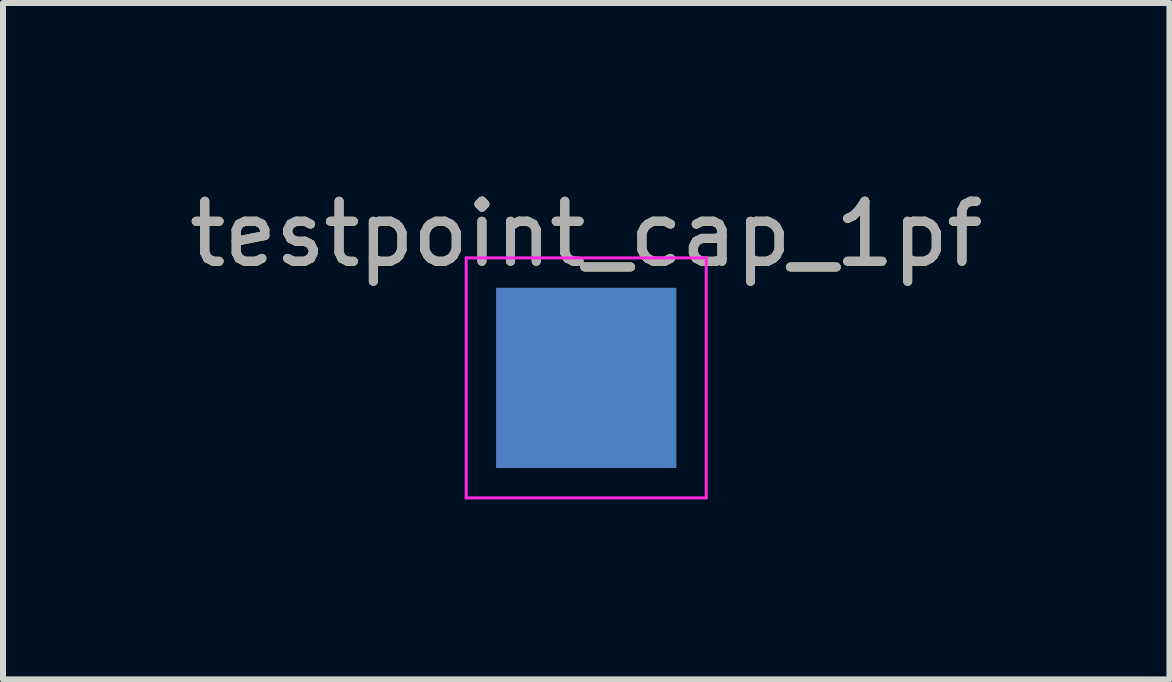
<source format=kicad_pcb>
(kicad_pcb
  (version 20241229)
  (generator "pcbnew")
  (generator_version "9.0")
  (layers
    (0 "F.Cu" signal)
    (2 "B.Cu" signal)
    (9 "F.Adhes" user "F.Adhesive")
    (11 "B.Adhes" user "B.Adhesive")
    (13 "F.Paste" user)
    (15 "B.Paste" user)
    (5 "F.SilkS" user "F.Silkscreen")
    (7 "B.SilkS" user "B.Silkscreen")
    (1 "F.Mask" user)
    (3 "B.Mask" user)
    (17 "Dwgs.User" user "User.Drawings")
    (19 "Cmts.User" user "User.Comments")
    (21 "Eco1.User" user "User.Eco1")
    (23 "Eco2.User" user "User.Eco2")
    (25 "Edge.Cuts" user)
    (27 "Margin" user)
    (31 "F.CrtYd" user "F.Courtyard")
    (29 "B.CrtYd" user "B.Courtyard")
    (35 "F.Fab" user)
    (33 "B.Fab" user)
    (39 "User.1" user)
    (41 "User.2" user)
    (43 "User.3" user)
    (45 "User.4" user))
  (footprint "testpoint_cap_1pf"
    (layer "F.Cu")
    (at 6.72 3.248)
    (property "Reference" "testpoint_cap_1pf" (at 0 -2.398 180) (layer "F.SilkS") (effects (font (size 1 1) (thickness 0.15))))
    (attr exclude_from_pos_files)
    (fp_line (start -2 -2) (end -2 2) (stroke (width 0.05) (type solid)) (layer "F.CrtYd"))
    (fp_line (start -2 -2) (end 2 -2) (stroke (width 0.05) (type solid)) (layer "F.CrtYd"))
    (fp_line (start 2 2) (end -2 2) (stroke (width 0.05) (type solid)) (layer "F.CrtYd"))
    (fp_line (start 2 2) (end 2 -2) (stroke (width 0.05) (type solid)) (layer "F.CrtYd"))
    (fp_text user "${REFERENCE}" (at 0 -2.4 180) (layer "F.Fab") (effects (font (size 1 1) (thickness 0.15))))
    (pad "1" smd rect (at 0 0) (size 3 3) (layers "F.Cu"))
    (pad "2" smd rect (at 0 0) (size 3 3) (layers "B.Cu")))
  (gr_rect
    (start -3 -3)
    (end 16.44 8.273)
    (stroke (width 0.1) (type default))
    (fill no)
    (layer "Edge.Cuts")))
</source>
